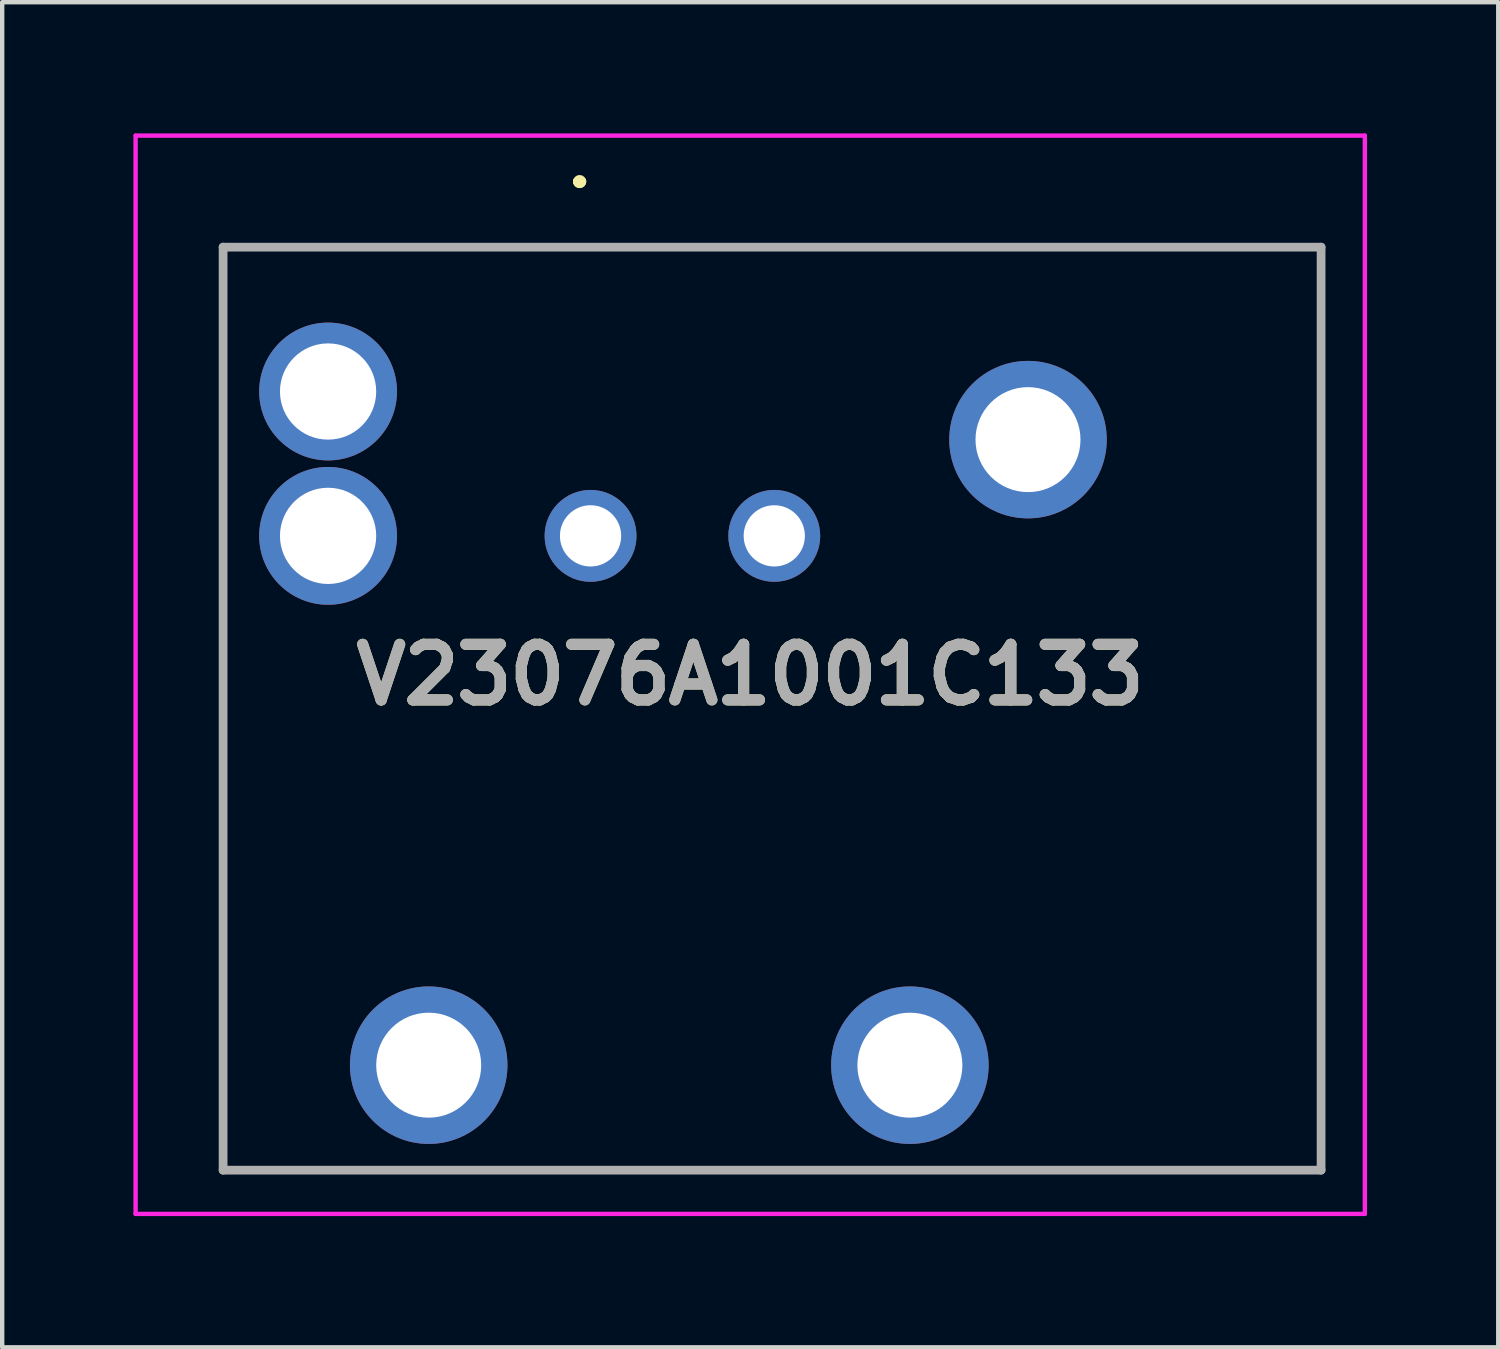
<source format=kicad_pcb>
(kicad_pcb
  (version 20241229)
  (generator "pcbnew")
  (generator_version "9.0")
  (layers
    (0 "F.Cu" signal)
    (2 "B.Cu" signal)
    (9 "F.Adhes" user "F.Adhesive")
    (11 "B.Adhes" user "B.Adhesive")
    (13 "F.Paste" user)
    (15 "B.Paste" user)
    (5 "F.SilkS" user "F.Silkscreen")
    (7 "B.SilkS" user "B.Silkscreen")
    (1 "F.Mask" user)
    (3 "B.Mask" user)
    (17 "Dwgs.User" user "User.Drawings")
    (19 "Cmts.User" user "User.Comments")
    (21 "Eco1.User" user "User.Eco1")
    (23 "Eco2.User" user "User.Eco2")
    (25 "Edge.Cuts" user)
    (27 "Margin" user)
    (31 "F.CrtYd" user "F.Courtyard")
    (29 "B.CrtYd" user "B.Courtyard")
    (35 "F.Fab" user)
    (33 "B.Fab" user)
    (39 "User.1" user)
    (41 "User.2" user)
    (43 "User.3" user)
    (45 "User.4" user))
  (footprint "V23076A1001C133"
    (layer "F.Cu")
    (at 2.05 9.2)
    (property "Reference" "V23076A1001C133" (at 12.05 3.175 0) (layer "F.SilkS") (effects (font (size 1.27 1.27) (thickness 0.254))))
    (attr through_hole)
    (fp_line (start 0 -6.6) (end 25.1 -6.6) (stroke (width 0.1) (type solid)) (layer "F.SilkS"))
    (fp_line (start 0 14.5) (end 0 -6.6) (stroke (width 0.1) (type solid)) (layer "F.SilkS"))
    (fp_line (start 8.1 -8.1) (end 8.1 -8.1) (stroke (width 0.2) (type solid)) (layer "F.SilkS"))
    (fp_line (start 8.1 -8.1) (end 8.1 -8.1) (stroke (width 0.2) (type solid)) (layer "F.SilkS"))
    (fp_line (start 8.2 -8.1) (end 8.2 -8.1) (stroke (width 0.2) (type solid)) (layer "F.SilkS"))
    (fp_line (start 25.1 -6.6) (end 25.1 14.5) (stroke (width 0.1) (type solid)) (layer "F.SilkS"))
    (fp_line (start 25.1 14.5) (end 0 14.5) (stroke (width 0.1) (type solid)) (layer "F.SilkS"))
    (fp_arc (start 8.1 -8.1) (mid 8.15 -8.15) (end 8.2 -8.1) (stroke (width 0.2) (type solid)) (layer "F.SilkS"))
    (fp_arc (start 8.2 -8.1) (mid 8.15 -8.05) (end 8.1 -8.1) (stroke (width 0.2) (type solid)) (layer "F.SilkS"))
    (fp_arc (start 8.2 -8.1) (mid 8.15 -8.05) (end 8.1 -8.1) (stroke (width 0.2) (type solid)) (layer "F.SilkS"))
    (fp_line (start -2 -9.15) (end 26.1 -9.15) (stroke (width 0.1) (type solid)) (layer "F.CrtYd"))
    (fp_line (start -2 15.5) (end -2 -9.15) (stroke (width 0.1) (type solid)) (layer "F.CrtYd"))
    (fp_line (start 26.1 -9.15) (end 26.1 15.5) (stroke (width 0.1) (type solid)) (layer "F.CrtYd"))
    (fp_line (start 26.1 15.5) (end -2 15.5) (stroke (width 0.1) (type solid)) (layer "F.CrtYd"))
    (fp_line (start 0 -6.6) (end 0 14.5) (stroke (width 0.2) (type solid)) (layer "F.Fab"))
    (fp_line (start 0 14.5) (end 25.1 14.5) (stroke (width 0.2) (type solid)) (layer "F.Fab"))
    (fp_line (start 25.1 -6.6) (end 0 -6.6) (stroke (width 0.2) (type solid)) (layer "F.Fab"))
    (fp_line (start 25.1 14.5) (end 25.1 -6.6) (stroke (width 0.2) (type solid)) (layer "F.Fab"))
    (fp_text user "${REFERENCE}" (at 12.05 3.175 0) (layer "F.Fab") (effects (font (size 1.27 1.27) (thickness 0.254))))
    (pad "1" thru_hole circle (at 8.4 0) (size 2.1 2.1) (drill 1.4) (layers "*.Cu" "*.Mask"))
    (pad "2" thru_hole circle (at 12.6 0) (size 2.1 2.1) (drill 1.4) (layers "*.Cu" "*.Mask"))
    (pad "3" thru_hole circle (at 2.4 -3.3) (size 3.15 3.15) (drill 2.2) (layers "*.Cu" "*.Mask"))
    (pad "4" thru_hole circle (at 4.7 12.1) (size 3.6 3.6) (drill 2.4) (layers "*.Cu" "*.Mask"))
    (pad "5" thru_hole circle (at 2.4 0) (size 3.15 3.15) (drill 2.2) (layers "*.Cu" "*.Mask"))
    (pad "A4" thru_hole circle (at 15.7 12.1) (size 3.6 3.6) (drill 2.4) (layers "*.Cu" "*.Mask"))
    (pad "B4" thru_hole circle (at 18.4 -2.2) (size 3.6 3.6) (drill 2.4) (layers "*.Cu" "*.Mask")))
  (gr_rect
    (start -3 -3)
    (end 31.2 27.75)
    (stroke (width 0.1) (type default))
    (fill no)
    (layer "Edge.Cuts")))
</source>
